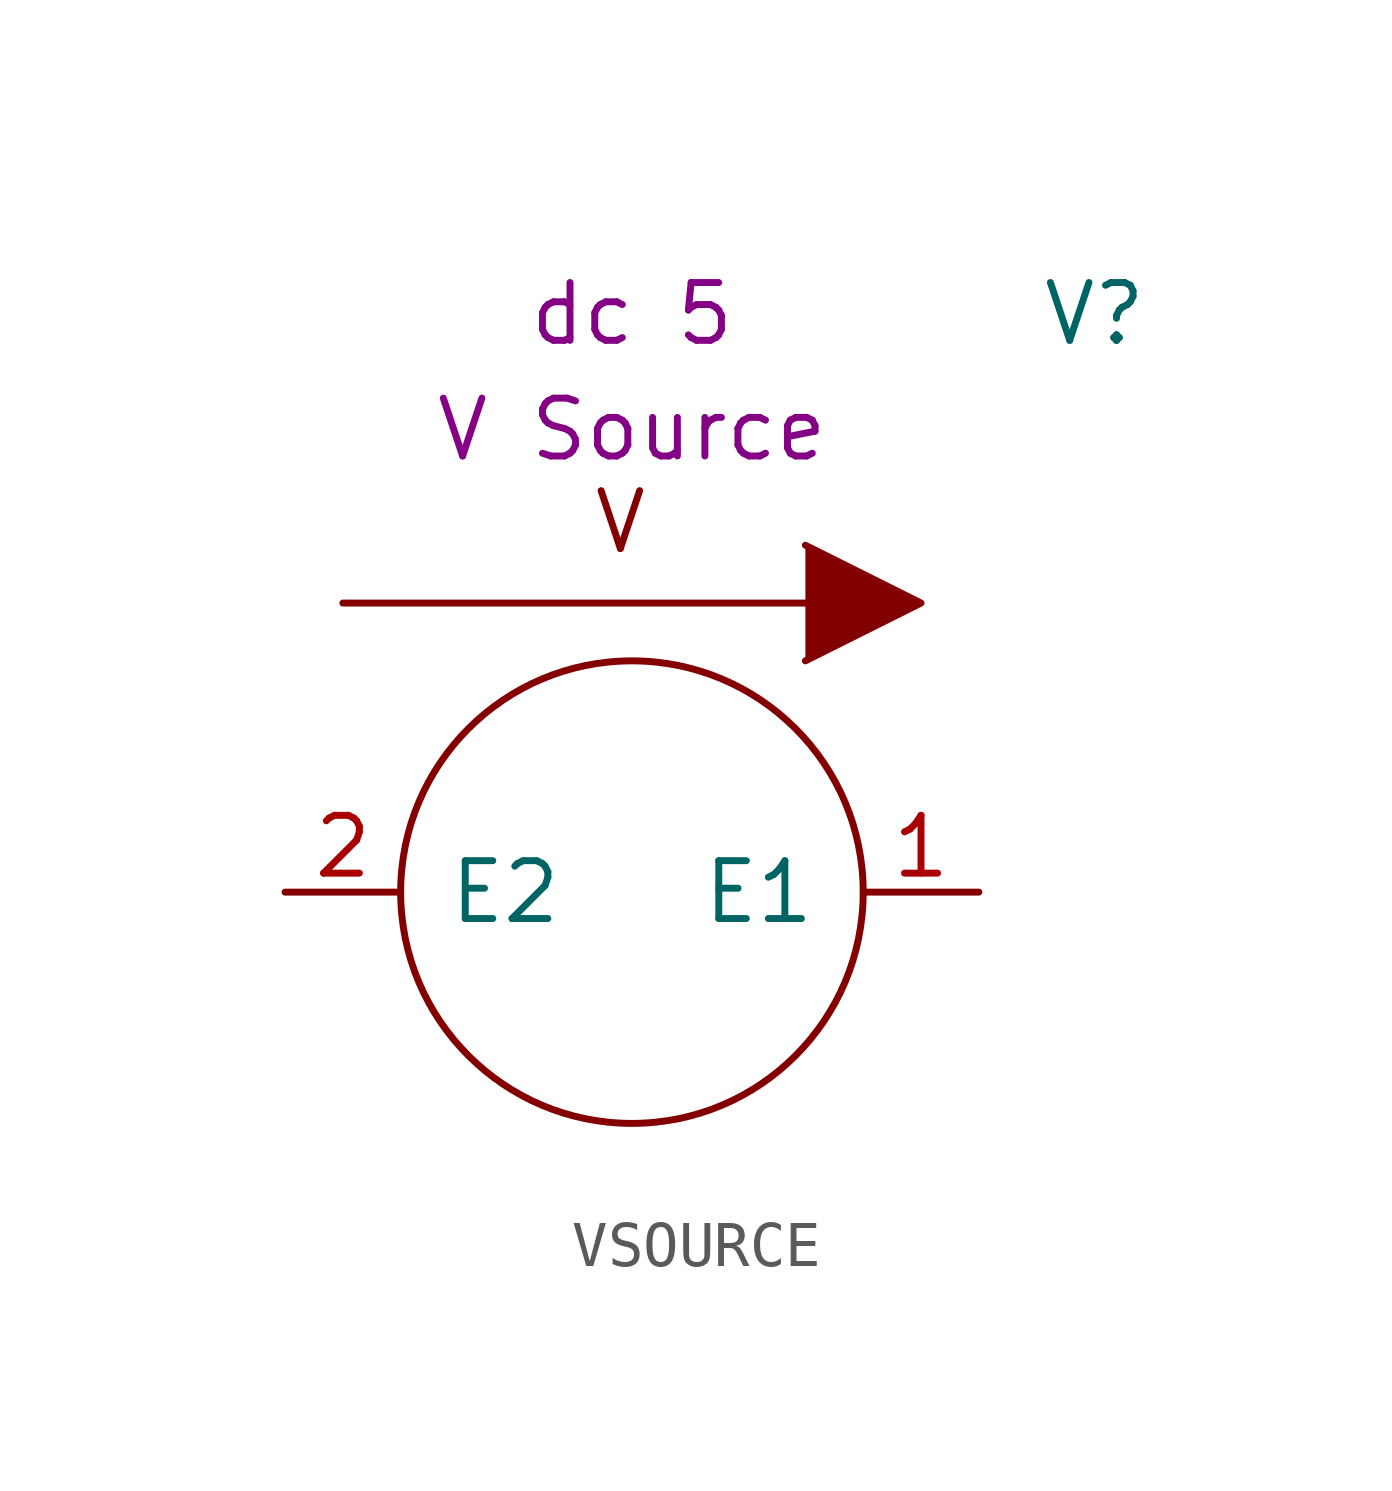
<source format=kicad_sym>
(kicad_symbol_lib
  (version 20211014)
  (generator kicad_symbol_editor)
  (symbol "VSOURCE"
    (pin_names
      (offset 1.016))
    (property "Reference" "V"
      (at 8.89 12.7 0)
      (effects (font (size 1.27 1.27))))
    (property "Spice_Model" "dc 5"
      (at -1.27 12.7 0)
      (effects (font (size 1.27 1.27))))
    (property "Render Name" "V Source"
      (at -1.27 10.16 0)
      (effects (font (size 1.27 1.27))))
    (symbol "VSOURCE_0_1"
      (circle (center -1.27 0) (radius 5.08) (stroke (width 0) (type default) (color 0 0 0 0)) (fill (type none)))
      (polyline (pts (xy -7.62 6.35) (xy 2.54 6.35)) (stroke (width 0) (type default) (color 0 0 0 0)) (fill (type outline)))
      (polyline (pts (xy 2.54 7.62) (xy 5.08 6.35) (xy 2.54 5.08)) (stroke (width 0) (type default) (color 0 0 0 0)) (fill (type outline)))
      (text "V" (at -1.524 8.128 0) (effects (font (size 1.27 1.27)))))
    (symbol "VSOURCE_1_1"
      (pin input line (at 6.35 0 180) (length 2.54) (name "E1" (effects (font (size 1.27 1.27)))) (number "1" (effects (font (size 1.27 1.27)))))
      (pin input line (at -8.89 0 0) (length 2.54) (name "E2" (effects (font (size 1.27 1.27)))) (number "2" (effects (font (size 1.27 1.27))))))))
</source>
